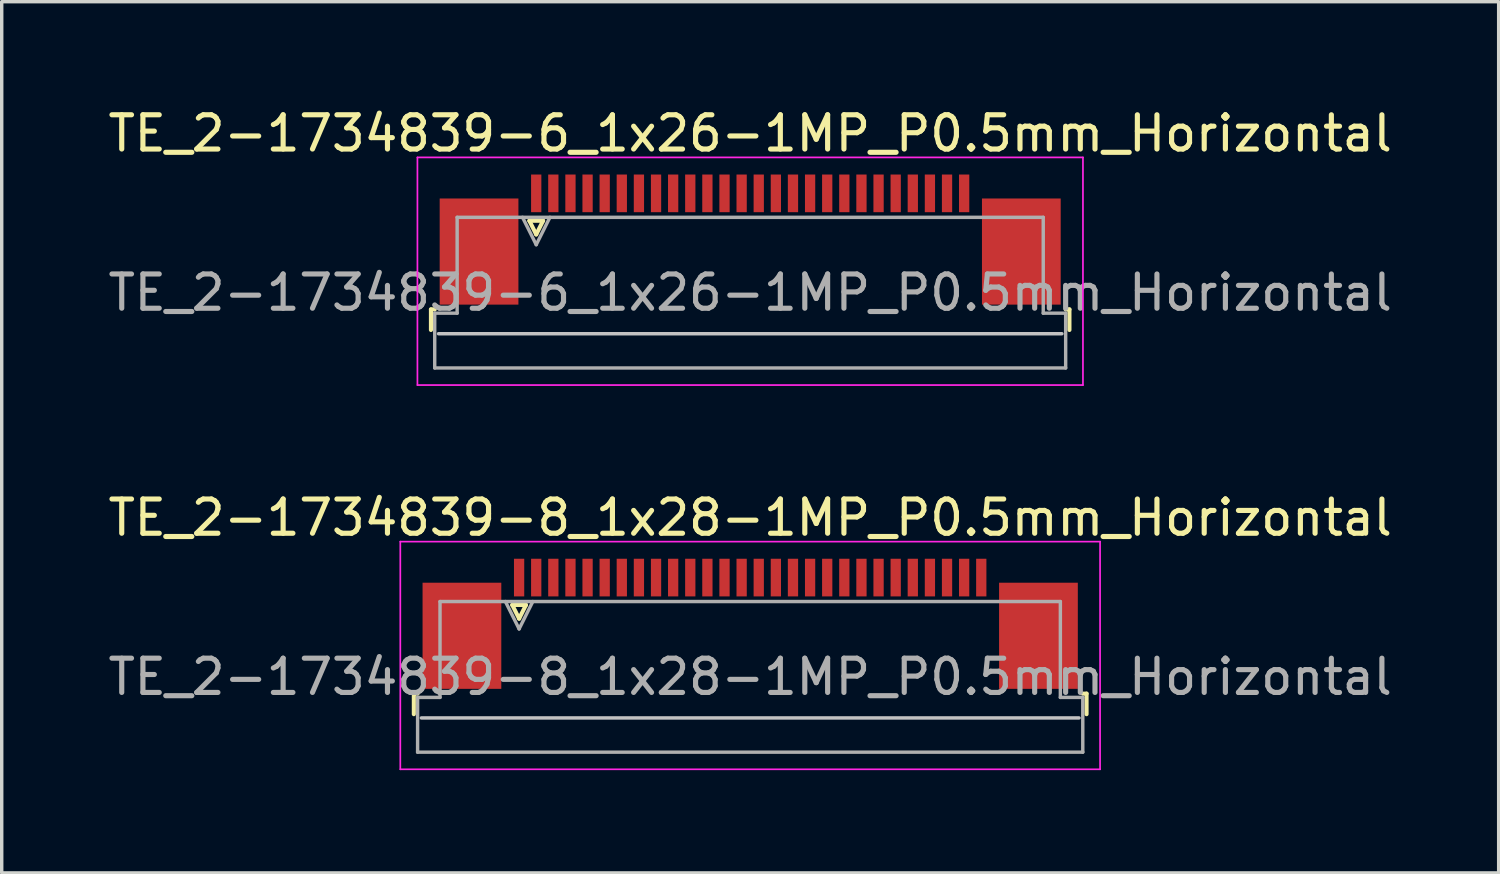
<source format=kicad_pcb>
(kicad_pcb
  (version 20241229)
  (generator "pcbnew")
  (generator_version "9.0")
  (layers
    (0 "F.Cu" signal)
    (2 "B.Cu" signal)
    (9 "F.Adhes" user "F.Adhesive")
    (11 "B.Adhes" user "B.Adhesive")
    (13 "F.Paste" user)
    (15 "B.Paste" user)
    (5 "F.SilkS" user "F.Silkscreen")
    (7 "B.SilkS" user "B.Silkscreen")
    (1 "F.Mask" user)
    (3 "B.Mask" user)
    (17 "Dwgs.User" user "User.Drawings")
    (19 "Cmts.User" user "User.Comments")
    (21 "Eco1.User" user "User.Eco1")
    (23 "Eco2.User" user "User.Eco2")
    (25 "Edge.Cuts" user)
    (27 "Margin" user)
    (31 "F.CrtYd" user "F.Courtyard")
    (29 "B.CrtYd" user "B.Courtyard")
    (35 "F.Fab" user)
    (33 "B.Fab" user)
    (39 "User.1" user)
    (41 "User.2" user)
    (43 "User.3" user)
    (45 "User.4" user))
  (footprint "TE_2-1734839-6_1x26-1MP_P0.5mm_Horizontal"
    (layer "F.Cu")
    (at 18.863 3.948)
    (property "Reference" "TE_2-1734839-6_1x26-1MP_P0.5mm_Horizontal" (at 0 -3.1 0) (layer "F.SilkS") (effects (font (size 1 1) (thickness 0.15))))
    (attr smd)
    (fp_line (start -9.325 2.04) (end -9.325 2.64) (stroke (width 0.12) (type solid)) (layer "F.SilkS"))
    (fp_line (start -9.215 2.04) (end -9.325 2.04) (stroke (width 0.12) (type solid)) (layer "F.SilkS"))
    (fp_line (start -6.45 -0.55) (end -6.25 -0.15) (stroke (width 0.12) (type solid)) (layer "F.SilkS"))
    (fp_line (start -6.25 -0.15) (end -6.05 -0.55) (stroke (width 0.12) (type solid)) (layer "F.SilkS"))
    (fp_line (start -6.05 -0.55) (end -6.45 -0.55) (stroke (width 0.12) (type solid)) (layer "F.SilkS"))
    (fp_line (start 9.215 2.04) (end 9.325 2.04) (stroke (width 0.12) (type solid)) (layer "F.SilkS"))
    (fp_line (start 9.325 2.04) (end 9.325 2.64) (stroke (width 0.12) (type solid)) (layer "F.SilkS"))
    (fp_line (start 9.105 2.75) (end -9.105 2.75) (stroke (width 0.1) (type solid)) (layer "Dwgs.User"))
    (fp_line (start -9.72 -2.4) (end -9.72 4.25) (stroke (width 0.05) (type solid)) (layer "F.CrtYd"))
    (fp_line (start -9.72 4.25) (end 9.72 4.25) (stroke (width 0.05) (type solid)) (layer "F.CrtYd"))
    (fp_line (start 9.72 -2.4) (end -9.72 -2.4) (stroke (width 0.05) (type solid)) (layer "F.CrtYd"))
    (fp_line (start 9.72 4.25) (end 9.72 -2.4) (stroke (width 0.05) (type solid)) (layer "F.CrtYd"))
    (fp_line (start -9.215 2.15) (end -8.56 2.15) (stroke (width 0.1) (type solid)) (layer "F.Fab"))
    (fp_line (start -9.215 3.75) (end -9.215 2.15) (stroke (width 0.1) (type solid)) (layer "F.Fab"))
    (fp_line (start -8.56 -0.65) (end 8.56 -0.65) (stroke (width 0.1) (type solid)) (layer "F.Fab"))
    (fp_line (start -8.56 2.15) (end -8.56 -0.65) (stroke (width 0.1) (type solid)) (layer "F.Fab"))
    (fp_line (start -6.65 -0.65) (end -6.25 0.15) (stroke (width 0.1) (type solid)) (layer "F.Fab"))
    (fp_line (start -6.25 0.15) (end -5.85 -0.65) (stroke (width 0.1) (type solid)) (layer "F.Fab"))
    (fp_line (start 8.56 -0.65) (end 8.56 2.15) (stroke (width 0.1) (type solid)) (layer "F.Fab"))
    (fp_line (start 8.56 2.15) (end 9.215 2.15) (stroke (width 0.1) (type solid)) (layer "F.Fab"))
    (fp_line (start 9.215 2.15) (end 9.215 3.75) (stroke (width 0.1) (type solid)) (layer "F.Fab"))
    (fp_line (start 9.215 3.75) (end -9.215 3.75) (stroke (width 0.1) (type solid)) (layer "F.Fab"))
    (fp_text user "${REFERENCE}" (at 0 1.55 0) (layer "F.Fab") (effects (font (size 1 1) (thickness 0.15))))
    (pad "1" smd rect (at -6.25 -1.35) (size 0.3 1.1) (layers "F.Cu" "F.Mask" "F.Paste"))
    (pad "2" smd rect (at -5.75 -1.35) (size 0.3 1.1) (layers "F.Cu" "F.Mask" "F.Paste"))
    (pad "3" smd rect (at -5.25 -1.35) (size 0.3 1.1) (layers "F.Cu" "F.Mask" "F.Paste"))
    (pad "4" smd rect (at -4.75 -1.35) (size 0.3 1.1) (layers "F.Cu" "F.Mask" "F.Paste"))
    (pad "5" smd rect (at -4.25 -1.35) (size 0.3 1.1) (layers "F.Cu" "F.Mask" "F.Paste"))
    (pad "6" smd rect (at -3.75 -1.35) (size 0.3 1.1) (layers "F.Cu" "F.Mask" "F.Paste"))
    (pad "7" smd rect (at -3.25 -1.35) (size 0.3 1.1) (layers "F.Cu" "F.Mask" "F.Paste"))
    (pad "8" smd rect (at -2.75 -1.35) (size 0.3 1.1) (layers "F.Cu" "F.Mask" "F.Paste"))
    (pad "9" smd rect (at -2.25 -1.35) (size 0.3 1.1) (layers "F.Cu" "F.Mask" "F.Paste"))
    (pad "10" smd rect (at -1.75 -1.35) (size 0.3 1.1) (layers "F.Cu" "F.Mask" "F.Paste"))
    (pad "11" smd rect (at -1.25 -1.35) (size 0.3 1.1) (layers "F.Cu" "F.Mask" "F.Paste"))
    (pad "12" smd rect (at -0.75 -1.35) (size 0.3 1.1) (layers "F.Cu" "F.Mask" "F.Paste"))
    (pad "13" smd rect (at -0.25 -1.35) (size 0.3 1.1) (layers "F.Cu" "F.Mask" "F.Paste"))
    (pad "14" smd rect (at 0.25 -1.35) (size 0.3 1.1) (layers "F.Cu" "F.Mask" "F.Paste"))
    (pad "15" smd rect (at 0.75 -1.35) (size 0.3 1.1) (layers "F.Cu" "F.Mask" "F.Paste"))
    (pad "16" smd rect (at 1.25 -1.35) (size 0.3 1.1) (layers "F.Cu" "F.Mask" "F.Paste"))
    (pad "17" smd rect (at 1.75 -1.35) (size 0.3 1.1) (layers "F.Cu" "F.Mask" "F.Paste"))
    (pad "18" smd rect (at 2.25 -1.35) (size 0.3 1.1) (layers "F.Cu" "F.Mask" "F.Paste"))
    (pad "19" smd rect (at 2.75 -1.35) (size 0.3 1.1) (layers "F.Cu" "F.Mask" "F.Paste"))
    (pad "20" smd rect (at 3.25 -1.35) (size 0.3 1.1) (layers "F.Cu" "F.Mask" "F.Paste"))
    (pad "21" smd rect (at 3.75 -1.35) (size 0.3 1.1) (layers "F.Cu" "F.Mask" "F.Paste"))
    (pad "22" smd rect (at 4.25 -1.35) (size 0.3 1.1) (layers "F.Cu" "F.Mask" "F.Paste"))
    (pad "23" smd rect (at 4.75 -1.35) (size 0.3 1.1) (layers "F.Cu" "F.Mask" "F.Paste"))
    (pad "24" smd rect (at 5.25 -1.35) (size 0.3 1.1) (layers "F.Cu" "F.Mask" "F.Paste"))
    (pad "25" smd rect (at 5.75 -1.35) (size 0.3 1.1) (layers "F.Cu" "F.Mask" "F.Paste"))
    (pad "26" smd rect (at 6.25 -1.35) (size 0.3 1.1) (layers "F.Cu" "F.Mask" "F.Paste"))
    (pad "MP" smd rect (at -7.92 0.35) (size 2.3 3.1) (layers "F.Cu" "F.Mask" "F.Paste"))
    (pad "MP" smd rect (at 7.92 0.35) (size 2.3 3.1) (layers "F.Cu" "F.Mask" "F.Paste")))
  (footprint "TE_2-1734839-8_1x28-1MP_P0.5mm_Horizontal"
    (layer "F.Cu")
    (at 18.863 15.171)
    (property "Reference" "TE_2-1734839-8_1x28-1MP_P0.5mm_Horizontal" (at 0 -3.1 0) (layer "F.SilkS") (effects (font (size 1 1) (thickness 0.15))))
    (attr smd)
    (fp_line (start -9.825 2.04) (end -9.825 2.64) (stroke (width 0.12) (type solid)) (layer "F.SilkS"))
    (fp_line (start -9.715 2.04) (end -9.825 2.04) (stroke (width 0.12) (type solid)) (layer "F.SilkS"))
    (fp_line (start -6.95 -0.55) (end -6.75 -0.15) (stroke (width 0.12) (type solid)) (layer "F.SilkS"))
    (fp_line (start -6.75 -0.15) (end -6.55 -0.55) (stroke (width 0.12) (type solid)) (layer "F.SilkS"))
    (fp_line (start -6.55 -0.55) (end -6.95 -0.55) (stroke (width 0.12) (type solid)) (layer "F.SilkS"))
    (fp_line (start 9.715 2.04) (end 9.825 2.04) (stroke (width 0.12) (type solid)) (layer "F.SilkS"))
    (fp_line (start 9.825 2.04) (end 9.825 2.64) (stroke (width 0.12) (type solid)) (layer "F.SilkS"))
    (fp_line (start 9.605 2.75) (end -9.605 2.75) (stroke (width 0.1) (type solid)) (layer "Dwgs.User"))
    (fp_line (start -10.22 -2.4) (end -10.22 4.25) (stroke (width 0.05) (type solid)) (layer "F.CrtYd"))
    (fp_line (start -10.22 4.25) (end 10.22 4.25) (stroke (width 0.05) (type solid)) (layer "F.CrtYd"))
    (fp_line (start 10.22 -2.4) (end -10.22 -2.4) (stroke (width 0.05) (type solid)) (layer "F.CrtYd"))
    (fp_line (start 10.22 4.25) (end 10.22 -2.4) (stroke (width 0.05) (type solid)) (layer "F.CrtYd"))
    (fp_line (start -9.715 2.15) (end -9.06 2.15) (stroke (width 0.1) (type solid)) (layer "F.Fab"))
    (fp_line (start -9.715 3.75) (end -9.715 2.15) (stroke (width 0.1) (type solid)) (layer "F.Fab"))
    (fp_line (start -9.06 -0.65) (end 9.06 -0.65) (stroke (width 0.1) (type solid)) (layer "F.Fab"))
    (fp_line (start -9.06 2.15) (end -9.06 -0.65) (stroke (width 0.1) (type solid)) (layer "F.Fab"))
    (fp_line (start -7.15 -0.65) (end -6.75 0.15) (stroke (width 0.1) (type solid)) (layer "F.Fab"))
    (fp_line (start -6.75 0.15) (end -6.35 -0.65) (stroke (width 0.1) (type solid)) (layer "F.Fab"))
    (fp_line (start 9.06 -0.65) (end 9.06 2.15) (stroke (width 0.1) (type solid)) (layer "F.Fab"))
    (fp_line (start 9.06 2.15) (end 9.715 2.15) (stroke (width 0.1) (type solid)) (layer "F.Fab"))
    (fp_line (start 9.715 2.15) (end 9.715 3.75) (stroke (width 0.1) (type solid)) (layer "F.Fab"))
    (fp_line (start 9.715 3.75) (end -9.715 3.75) (stroke (width 0.1) (type solid)) (layer "F.Fab"))
    (fp_text user "${REFERENCE}" (at 0 1.55 0) (layer "F.Fab") (effects (font (size 1 1) (thickness 0.15))))
    (pad "1" smd rect (at -6.75 -1.35) (size 0.3 1.1) (layers "F.Cu" "F.Mask" "F.Paste"))
    (pad "2" smd rect (at -6.25 -1.35) (size 0.3 1.1) (layers "F.Cu" "F.Mask" "F.Paste"))
    (pad "3" smd rect (at -5.75 -1.35) (size 0.3 1.1) (layers "F.Cu" "F.Mask" "F.Paste"))
    (pad "4" smd rect (at -5.25 -1.35) (size 0.3 1.1) (layers "F.Cu" "F.Mask" "F.Paste"))
    (pad "5" smd rect (at -4.75 -1.35) (size 0.3 1.1) (layers "F.Cu" "F.Mask" "F.Paste"))
    (pad "6" smd rect (at -4.25 -1.35) (size 0.3 1.1) (layers "F.Cu" "F.Mask" "F.Paste"))
    (pad "7" smd rect (at -3.75 -1.35) (size 0.3 1.1) (layers "F.Cu" "F.Mask" "F.Paste"))
    (pad "8" smd rect (at -3.25 -1.35) (size 0.3 1.1) (layers "F.Cu" "F.Mask" "F.Paste"))
    (pad "9" smd rect (at -2.75 -1.35) (size 0.3 1.1) (layers "F.Cu" "F.Mask" "F.Paste"))
    (pad "10" smd rect (at -2.25 -1.35) (size 0.3 1.1) (layers "F.Cu" "F.Mask" "F.Paste"))
    (pad "11" smd rect (at -1.75 -1.35) (size 0.3 1.1) (layers "F.Cu" "F.Mask" "F.Paste"))
    (pad "12" smd rect (at -1.25 -1.35) (size 0.3 1.1) (layers "F.Cu" "F.Mask" "F.Paste"))
    (pad "13" smd rect (at -0.75 -1.35) (size 0.3 1.1) (layers "F.Cu" "F.Mask" "F.Paste"))
    (pad "14" smd rect (at -0.25 -1.35) (size 0.3 1.1) (layers "F.Cu" "F.Mask" "F.Paste"))
    (pad "15" smd rect (at 0.25 -1.35) (size 0.3 1.1) (layers "F.Cu" "F.Mask" "F.Paste"))
    (pad "16" smd rect (at 0.75 -1.35) (size 0.3 1.1) (layers "F.Cu" "F.Mask" "F.Paste"))
    (pad "17" smd rect (at 1.25 -1.35) (size 0.3 1.1) (layers "F.Cu" "F.Mask" "F.Paste"))
    (pad "18" smd rect (at 1.75 -1.35) (size 0.3 1.1) (layers "F.Cu" "F.Mask" "F.Paste"))
    (pad "19" smd rect (at 2.25 -1.35) (size 0.3 1.1) (layers "F.Cu" "F.Mask" "F.Paste"))
    (pad "20" smd rect (at 2.75 -1.35) (size 0.3 1.1) (layers "F.Cu" "F.Mask" "F.Paste"))
    (pad "21" smd rect (at 3.25 -1.35) (size 0.3 1.1) (layers "F.Cu" "F.Mask" "F.Paste"))
    (pad "22" smd rect (at 3.75 -1.35) (size 0.3 1.1) (layers "F.Cu" "F.Mask" "F.Paste"))
    (pad "23" smd rect (at 4.25 -1.35) (size 0.3 1.1) (layers "F.Cu" "F.Mask" "F.Paste"))
    (pad "24" smd rect (at 4.75 -1.35) (size 0.3 1.1) (layers "F.Cu" "F.Mask" "F.Paste"))
    (pad "25" smd rect (at 5.25 -1.35) (size 0.3 1.1) (layers "F.Cu" "F.Mask" "F.Paste"))
    (pad "26" smd rect (at 5.75 -1.35) (size 0.3 1.1) (layers "F.Cu" "F.Mask" "F.Paste"))
    (pad "27" smd rect (at 6.25 -1.35) (size 0.3 1.1) (layers "F.Cu" "F.Mask" "F.Paste"))
    (pad "28" smd rect (at 6.75 -1.35) (size 0.3 1.1) (layers "F.Cu" "F.Mask" "F.Paste"))
    (pad "MP" smd rect (at -8.42 0.35) (size 2.3 3.1) (layers "F.Cu" "F.Mask" "F.Paste"))
    (pad "MP" smd rect (at 8.42 0.35) (size 2.3 3.1) (layers "F.Cu" "F.Mask" "F.Paste")))
  (gr_rect
    (start -3 -3)
    (end 40.726 22.447)
    (stroke (width 0.1) (type default))
    (fill no)
    (layer "Edge.Cuts")))
</source>
